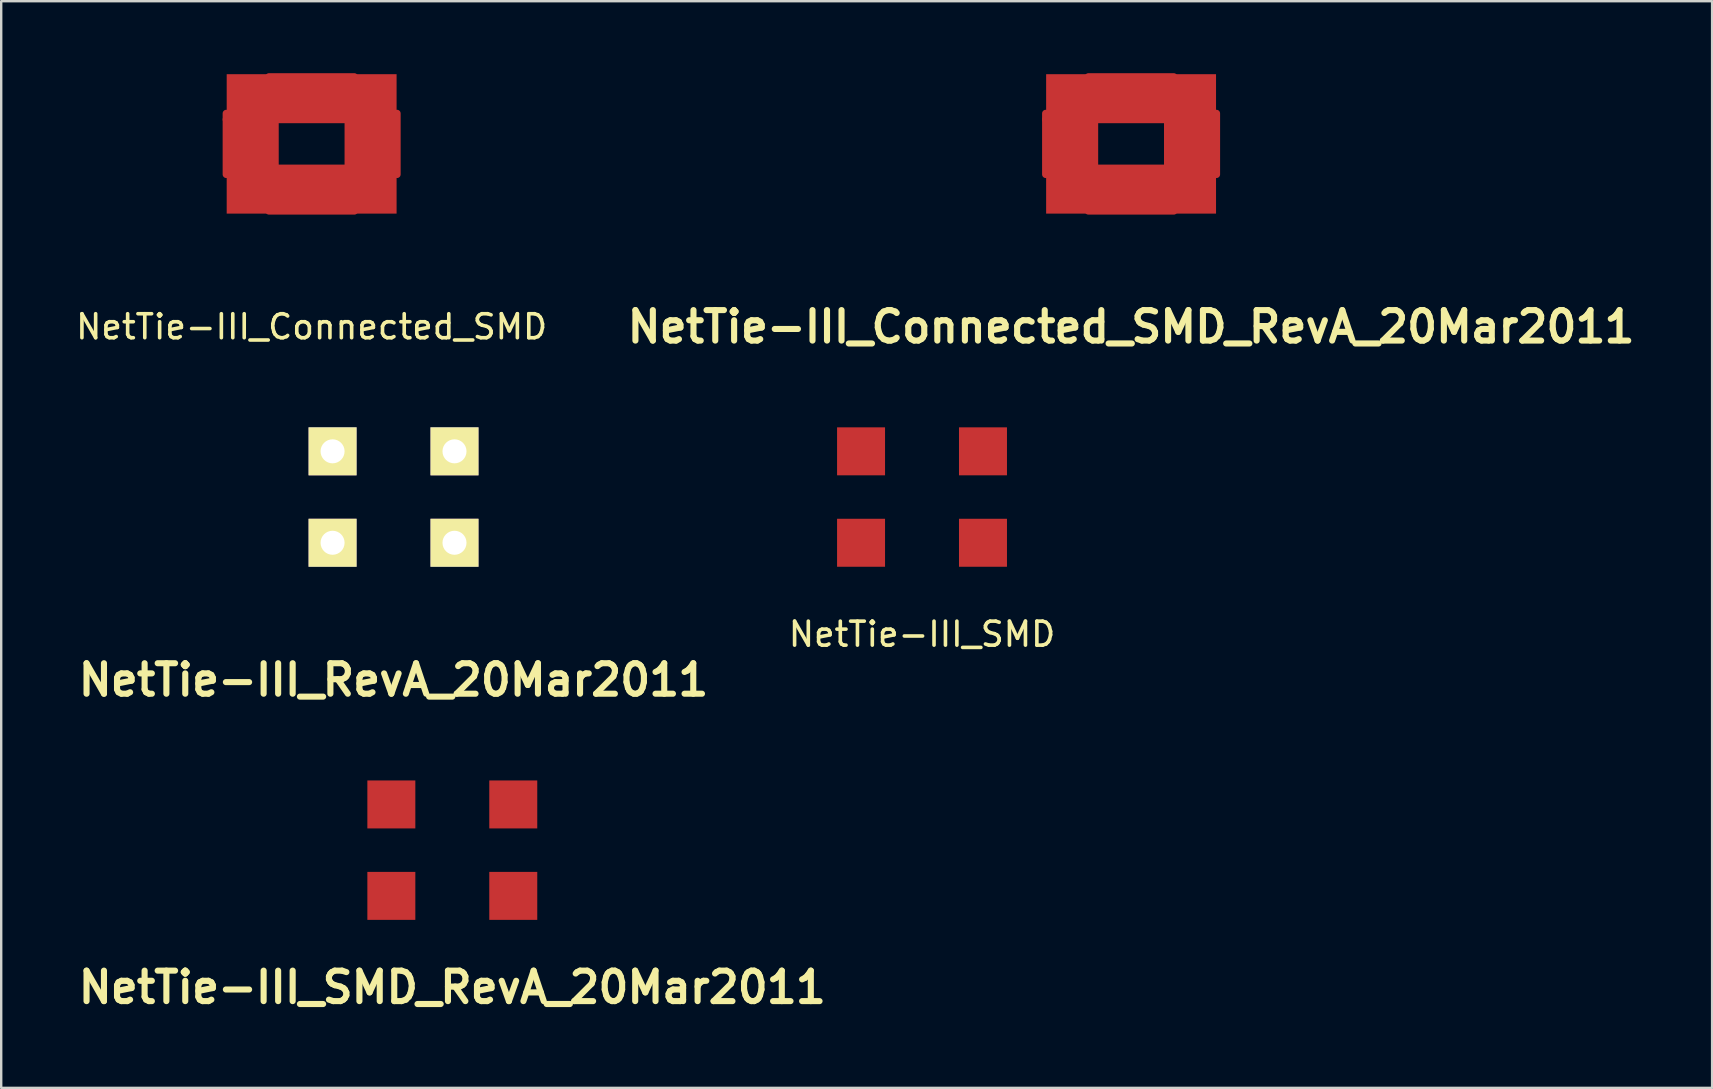
<source format=kicad_pcb>
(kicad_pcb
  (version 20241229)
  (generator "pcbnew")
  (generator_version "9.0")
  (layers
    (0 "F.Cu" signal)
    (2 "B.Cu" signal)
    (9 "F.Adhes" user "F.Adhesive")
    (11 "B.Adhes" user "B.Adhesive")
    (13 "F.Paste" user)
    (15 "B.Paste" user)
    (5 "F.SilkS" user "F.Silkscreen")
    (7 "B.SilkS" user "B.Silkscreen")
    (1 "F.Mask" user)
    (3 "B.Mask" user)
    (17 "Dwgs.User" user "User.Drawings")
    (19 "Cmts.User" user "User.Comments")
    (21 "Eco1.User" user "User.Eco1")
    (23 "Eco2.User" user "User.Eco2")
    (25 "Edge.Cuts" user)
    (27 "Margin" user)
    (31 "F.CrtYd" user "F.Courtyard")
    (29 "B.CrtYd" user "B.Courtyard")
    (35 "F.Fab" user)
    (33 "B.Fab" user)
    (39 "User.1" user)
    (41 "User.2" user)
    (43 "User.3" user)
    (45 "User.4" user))
  (footprint "NetTie-III_Connected_SMD"
    (layer "F.Cu")
    (at 9.935 2.946)
    (property "Reference" "NetTie-III_Connected_SMD" (at 0 7.62 0) (layer "F.SilkS") (effects (font (size 1 1) (thickness 0.15))))
    (attr through_hole)
    (fp_line (start -3.556 -1.016) (end -3.556 -1.27) (stroke (width 0.305) (type solid)) (layer "F.Cu"))
    (fp_line (start -3.556 -1.016) (end -3.556 1.27) (stroke (width 0.305) (type solid)) (layer "F.Cu"))
    (fp_line (start -3.302 -1.27) (end -3.302 1.27) (stroke (width 0.305) (type solid)) (layer "F.Cu"))
    (fp_line (start -3.048 -1.27) (end -3.048 1.27) (stroke (width 0.305) (type solid)) (layer "F.Cu"))
    (fp_line (start -2.794 -1.27) (end -2.794 1.27) (stroke (width 0.305) (type solid)) (layer "F.Cu"))
    (fp_line (start -2.54 -1.27) (end -2.54 1.27) (stroke (width 0.305) (type solid)) (layer "F.Cu"))
    (fp_line (start -2.286 -1.27) (end -2.286 1.27) (stroke (width 0.305) (type solid)) (layer "F.Cu"))
    (fp_line (start -2.032 1.27) (end -2.032 -1.27) (stroke (width 0.305) (type solid)) (layer "F.Cu"))
    (fp_line (start -1.778 -2.794) (end 1.778 -2.794) (stroke (width 0.305) (type solid)) (layer "F.Cu"))
    (fp_line (start -1.778 -2.54) (end 1.778 -2.54) (stroke (width 0.305) (type solid)) (layer "F.Cu"))
    (fp_line (start -1.778 -2.286) (end 1.778 -2.286) (stroke (width 0.305) (type solid)) (layer "F.Cu"))
    (fp_line (start -1.778 -2.032) (end 1.778 -2.032) (stroke (width 0.305) (type solid)) (layer "F.Cu"))
    (fp_line (start -1.778 -1.778) (end 1.778 -1.778) (stroke (width 0.305) (type solid)) (layer "F.Cu"))
    (fp_line (start -1.778 -1.524) (end 1.778 -1.524) (stroke (width 0.305) (type solid)) (layer "F.Cu"))
    (fp_line (start -1.778 -1.27) (end -1.778 1.27) (stroke (width 0.305) (type solid)) (layer "F.Cu"))
    (fp_line (start -1.778 -1.27) (end 1.778 -1.27) (stroke (width 0.305) (type solid)) (layer "F.Cu"))
    (fp_line (start -1.778 -1.016) (end 1.778 -1.016) (stroke (width 0.305) (type solid)) (layer "F.Cu"))
    (fp_line (start -1.778 1.016) (end -1.524 1.016) (stroke (width 0.305) (type solid)) (layer "F.Cu"))
    (fp_line (start -1.778 1.27) (end 1.778 1.27) (stroke (width 0.305) (type solid)) (layer "F.Cu"))
    (fp_line (start -1.778 1.524) (end 1.778 1.524) (stroke (width 0.305) (type solid)) (layer "F.Cu"))
    (fp_line (start -1.778 1.778) (end 1.778 1.778) (stroke (width 0.305) (type solid)) (layer "F.Cu"))
    (fp_line (start -1.778 2.032) (end 1.778 2.032) (stroke (width 0.305) (type solid)) (layer "F.Cu"))
    (fp_line (start -1.778 2.286) (end 1.778 2.286) (stroke (width 0.305) (type solid)) (layer "F.Cu"))
    (fp_line (start -1.778 2.794) (end 1.778 2.794) (stroke (width 0.305) (type solid)) (layer "F.Cu"))
    (fp_line (start -1.524 1.016) (end 1.778 1.016) (stroke (width 0.305) (type solid)) (layer "F.Cu"))
    (fp_line (start -1.524 1.27) (end -1.524 -1.27) (stroke (width 0.305) (type solid)) (layer "F.Cu"))
    (fp_line (start 1.524 1.27) (end 1.524 -1.27) (stroke (width 0.305) (type solid)) (layer "F.Cu"))
    (fp_line (start 1.778 -1.27) (end 1.778 1.27) (stroke (width 0.305) (type solid)) (layer "F.Cu"))
    (fp_line (start 1.778 2.54) (end -1.778 2.54) (stroke (width 0.305) (type solid)) (layer "F.Cu"))
    (fp_line (start 2.032 1.27) (end 2.032 -1.27) (stroke (width 0.305) (type solid)) (layer "F.Cu"))
    (fp_line (start 2.286 -1.27) (end 2.286 1.27) (stroke (width 0.305) (type solid)) (layer "F.Cu"))
    (fp_line (start 2.54 1.27) (end 2.54 -1.27) (stroke (width 0.305) (type solid)) (layer "F.Cu"))
    (fp_line (start 2.794 -1.27) (end 2.794 1.27) (stroke (width 0.305) (type solid)) (layer "F.Cu"))
    (fp_line (start 3.048 1.27) (end 3.048 -1.27) (stroke (width 0.305) (type solid)) (layer "F.Cu"))
    (fp_line (start 3.302 -1.27) (end 3.302 1.27) (stroke (width 0.305) (type solid)) (layer "F.Cu"))
    (fp_line (start 3.556 1.27) (end 3.556 -1.27) (stroke (width 0.305) (type solid)) (layer "F.Cu"))
    (pad "1" smd rect (at -2.54 -1.905) (size 1.999 1.999) (layers "F.Cu" "F.Mask" "F.Paste"))
    (pad "2" smd rect (at -2.54 1.905) (size 1.999 1.999) (layers "F.Cu" "F.Mask" "F.Paste"))
    (pad "3" smd rect (at 2.54 -1.905) (size 1.999 1.999) (layers "F.Cu" "F.Mask" "F.Paste"))
    (pad "4" smd rect (at 2.54 1.905) (size 1.999 1.999) (layers "F.Cu" "F.Mask" "F.Paste")))
  (footprint "NetTie-III_SMD_RevA_20Mar2011"
    (layer "F.Cu")
    (at 15.796 30.468)
    (property "Reference" "NetTie-III_SMD_RevA_20Mar2011" (at 0 7.62 0) (layer "F.SilkS") (effects (font (size 1.27 1.27) (thickness 0.254))))
    (attr through_hole)
    (pad "1" smd rect (at -2.54 0) (size 1.999 1.999) (layers "F.Cu" "F.Mask" "F.Paste"))
    (pad "2" smd rect (at -2.54 3.81) (size 1.999 1.999) (layers "F.Cu" "F.Mask" "F.Paste"))
    (pad "3" smd rect (at 2.54 0) (size 1.999 1.999) (layers "F.Cu" "F.Mask" "F.Paste"))
    (pad "4" smd rect (at 2.54 3.81) (size 1.999 1.999) (layers "F.Cu" "F.Mask" "F.Paste")))
  (footprint "NetTie-III_Connected_SMD_RevA_20Mar2011"
    (layer "F.Cu")
    (at 44.078 2.946)
    (property "Reference" "NetTie-III_Connected_SMD_RevA_20Mar2011" (at 0 7.62 0) (layer "F.SilkS") (effects (font (size 1.27 1.27) (thickness 0.254))))
    (attr through_hole)
    (fp_line (start -3.556 -1.016) (end -3.556 -1.27) (stroke (width 0.305) (type solid)) (layer "F.Cu"))
    (fp_line (start -3.556 -1.016) (end -3.556 1.27) (stroke (width 0.305) (type solid)) (layer "F.Cu"))
    (fp_line (start -3.302 -1.27) (end -3.302 1.27) (stroke (width 0.305) (type solid)) (layer "F.Cu"))
    (fp_line (start -3.048 -1.27) (end -3.048 1.27) (stroke (width 0.305) (type solid)) (layer "F.Cu"))
    (fp_line (start -2.794 -1.27) (end -2.794 1.27) (stroke (width 0.305) (type solid)) (layer "F.Cu"))
    (fp_line (start -2.54 -1.27) (end -2.54 1.27) (stroke (width 0.305) (type solid)) (layer "F.Cu"))
    (fp_line (start -2.286 -1.27) (end -2.286 1.27) (stroke (width 0.305) (type solid)) (layer "F.Cu"))
    (fp_line (start -2.032 1.27) (end -2.032 -1.27) (stroke (width 0.305) (type solid)) (layer "F.Cu"))
    (fp_line (start -1.778 -2.794) (end 1.778 -2.794) (stroke (width 0.305) (type solid)) (layer "F.Cu"))
    (fp_line (start -1.778 -2.54) (end 1.778 -2.54) (stroke (width 0.305) (type solid)) (layer "F.Cu"))
    (fp_line (start -1.778 -2.286) (end 1.778 -2.286) (stroke (width 0.305) (type solid)) (layer "F.Cu"))
    (fp_line (start -1.778 -2.032) (end 1.778 -2.032) (stroke (width 0.305) (type solid)) (layer "F.Cu"))
    (fp_line (start -1.778 -1.778) (end 1.778 -1.778) (stroke (width 0.305) (type solid)) (layer "F.Cu"))
    (fp_line (start -1.778 -1.524) (end 1.778 -1.524) (stroke (width 0.305) (type solid)) (layer "F.Cu"))
    (fp_line (start -1.778 -1.27) (end -1.778 1.27) (stroke (width 0.305) (type solid)) (layer "F.Cu"))
    (fp_line (start -1.778 -1.27) (end 1.778 -1.27) (stroke (width 0.305) (type solid)) (layer "F.Cu"))
    (fp_line (start -1.778 -1.016) (end 1.778 -1.016) (stroke (width 0.305) (type solid)) (layer "F.Cu"))
    (fp_line (start -1.778 1.016) (end -1.524 1.016) (stroke (width 0.305) (type solid)) (layer "F.Cu"))
    (fp_line (start -1.778 1.27) (end 1.778 1.27) (stroke (width 0.305) (type solid)) (layer "F.Cu"))
    (fp_line (start -1.778 1.524) (end 1.778 1.524) (stroke (width 0.305) (type solid)) (layer "F.Cu"))
    (fp_line (start -1.778 1.778) (end 1.778 1.778) (stroke (width 0.305) (type solid)) (layer "F.Cu"))
    (fp_line (start -1.778 2.032) (end 1.778 2.032) (stroke (width 0.305) (type solid)) (layer "F.Cu"))
    (fp_line (start -1.778 2.286) (end 1.778 2.286) (stroke (width 0.305) (type solid)) (layer "F.Cu"))
    (fp_line (start -1.778 2.794) (end 1.778 2.794) (stroke (width 0.305) (type solid)) (layer "F.Cu"))
    (fp_line (start -1.524 1.016) (end 1.778 1.016) (stroke (width 0.305) (type solid)) (layer "F.Cu"))
    (fp_line (start -1.524 1.27) (end -1.524 -1.27) (stroke (width 0.305) (type solid)) (layer "F.Cu"))
    (fp_line (start 1.524 1.27) (end 1.524 -1.27) (stroke (width 0.305) (type solid)) (layer "F.Cu"))
    (fp_line (start 1.778 -1.27) (end 1.778 1.27) (stroke (width 0.305) (type solid)) (layer "F.Cu"))
    (fp_line (start 1.778 2.54) (end -1.778 2.54) (stroke (width 0.305) (type solid)) (layer "F.Cu"))
    (fp_line (start 2.032 1.27) (end 2.032 -1.27) (stroke (width 0.305) (type solid)) (layer "F.Cu"))
    (fp_line (start 2.286 -1.27) (end 2.286 1.27) (stroke (width 0.305) (type solid)) (layer "F.Cu"))
    (fp_line (start 2.54 1.27) (end 2.54 -1.27) (stroke (width 0.305) (type solid)) (layer "F.Cu"))
    (fp_line (start 2.794 -1.27) (end 2.794 1.27) (stroke (width 0.305) (type solid)) (layer "F.Cu"))
    (fp_line (start 3.048 1.27) (end 3.048 -1.27) (stroke (width 0.305) (type solid)) (layer "F.Cu"))
    (fp_line (start 3.302 -1.27) (end 3.302 1.27) (stroke (width 0.305) (type solid)) (layer "F.Cu"))
    (fp_line (start 3.556 1.27) (end 3.556 -1.27) (stroke (width 0.305) (type solid)) (layer "F.Cu"))
    (pad "1" smd rect (at -2.54 -1.905) (size 1.999 1.999) (layers "F.Cu" "F.Mask" "F.Paste"))
    (pad "2" smd rect (at -2.54 1.905) (size 1.999 1.999) (layers "F.Cu" "F.Mask" "F.Paste"))
    (pad "3" smd rect (at 2.54 -1.905) (size 1.999 1.999) (layers "F.Cu" "F.Mask" "F.Paste"))
    (pad "4" smd rect (at 2.54 1.905) (size 1.999 1.999) (layers "F.Cu" "F.Mask" "F.Paste")))
  (footprint "NetTie-III_SMD"
    (layer "F.Cu")
    (at 35.367 15.755)
    (property "Reference" "NetTie-III_SMD" (at 0 7.62 0) (layer "F.SilkS") (effects (font (size 1 1) (thickness 0.15))))
    (attr through_hole)
    (pad "1" smd rect (at -2.54 0) (size 1.999 1.999) (layers "F.Cu" "F.Mask" "F.Paste"))
    (pad "2" smd rect (at -2.54 3.81) (size 1.999 1.999) (layers "F.Cu" "F.Mask" "F.Paste"))
    (pad "3" smd rect (at 2.54 0) (size 1.999 1.999) (layers "F.Cu" "F.Mask" "F.Paste"))
    (pad "4" smd rect (at 2.54 3.81) (size 1.999 1.999) (layers "F.Cu" "F.Mask" "F.Paste")))
  (footprint "NetTie-III_RevA_20Mar2011"
    (layer "F.Cu")
    (at 13.347 17.66)
    (property "Reference" "NetTie-III_RevA_20Mar2011" (at 0 7.62 0) (layer "F.SilkS") (effects (font (size 1.27 1.27) (thickness 0.254))))
    (attr through_hole)
    (pad "1" thru_hole rect (at -2.54 -1.905) (size 1.999 1.999) (drill 1.001) (layers "*.Cu" "*.Mask" "F.SilkS"))
    (pad "2" thru_hole rect (at -2.54 1.905) (size 1.999 1.999) (drill 1.001) (layers "*.Cu" "*.Mask" "F.SilkS"))
    (pad "3" thru_hole rect (at 2.54 -1.905) (size 1.999 1.999) (drill 1.001) (layers "*.Cu" "*.Mask" "F.SilkS"))
    (pad "4" thru_hole rect (at 2.54 1.905) (size 1.999 1.999) (drill 1.001) (layers "*.Cu" "*.Mask" "F.SilkS")))
  (gr_rect
    (start -3 -3)
    (end 68.287 42.277)
    (stroke (width 0.1) (type default))
    (fill no)
    (layer "Edge.Cuts")))
</source>
